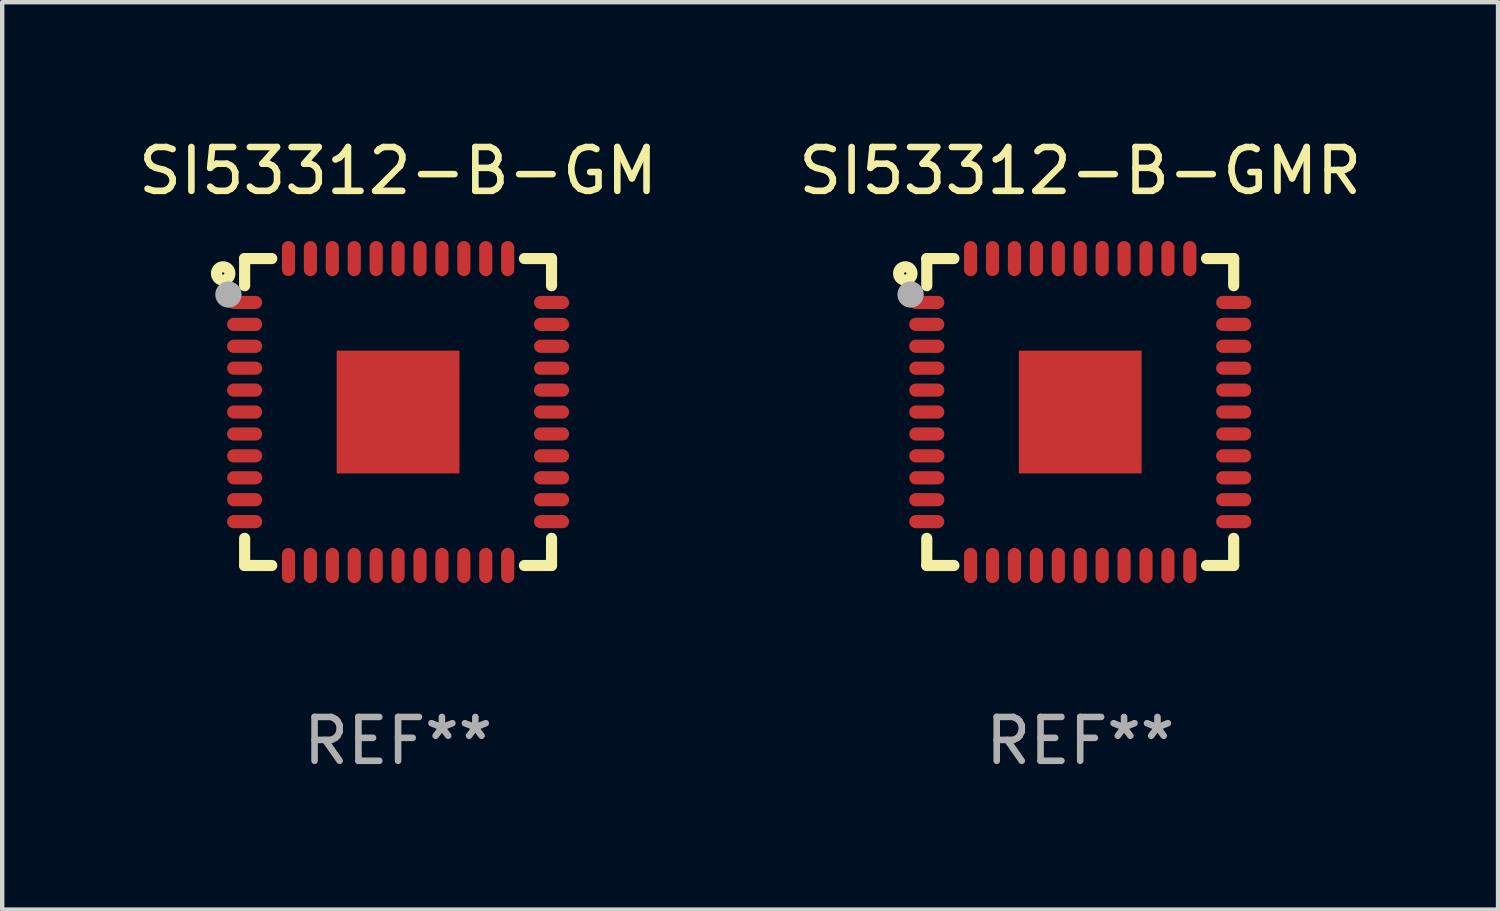
<source format=kicad_pcb>
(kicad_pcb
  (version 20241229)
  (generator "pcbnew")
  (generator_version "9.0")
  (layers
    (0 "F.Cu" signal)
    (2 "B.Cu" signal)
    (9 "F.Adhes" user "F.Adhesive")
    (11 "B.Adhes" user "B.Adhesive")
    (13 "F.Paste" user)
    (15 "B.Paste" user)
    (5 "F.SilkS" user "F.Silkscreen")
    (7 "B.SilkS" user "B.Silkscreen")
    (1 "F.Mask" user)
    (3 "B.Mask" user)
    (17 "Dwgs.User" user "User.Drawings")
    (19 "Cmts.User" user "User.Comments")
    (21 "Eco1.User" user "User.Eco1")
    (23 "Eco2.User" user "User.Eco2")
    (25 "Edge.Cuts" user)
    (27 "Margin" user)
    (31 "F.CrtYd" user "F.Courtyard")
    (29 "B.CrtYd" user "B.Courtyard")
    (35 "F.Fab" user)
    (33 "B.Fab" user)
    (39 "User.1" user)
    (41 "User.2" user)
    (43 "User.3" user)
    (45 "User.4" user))
  (footprint "SI53312-B-GMR"
    (layer "F.Cu")
    (at 21.589 6.348)
    (property "Reference" "SI53312-B-GMR" (at 0 -5.5 0) (layer "F.SilkS") (effects (font (size 1 1) (thickness 0.15))))
    (attr through_hole)
    (fp_line (start -3.5 -3.5) (end -2.881 -3.5) (stroke (width 0.254) (type solid)) (layer "F.SilkS"))
    (fp_line (start -3.5 -2.881) (end -3.5 -3.5) (stroke (width 0.254) (type solid)) (layer "F.SilkS"))
    (fp_line (start -3.5 3.5) (end -3.5 2.881) (stroke (width 0.254) (type solid)) (layer "F.SilkS"))
    (fp_line (start -2.881 3.5) (end -3.5 3.5) (stroke (width 0.254) (type solid)) (layer "F.SilkS"))
    (fp_line (start 2.881 -3.5) (end 3.5 -3.5) (stroke (width 0.254) (type solid)) (layer "F.SilkS"))
    (fp_line (start 3.5 -3.5) (end 3.5 -2.881) (stroke (width 0.254) (type solid)) (layer "F.SilkS"))
    (fp_line (start 3.5 2.881) (end 3.5 3.5) (stroke (width 0.254) (type solid)) (layer "F.SilkS"))
    (fp_line (start 3.5 3.5) (end 2.881 3.5) (stroke (width 0.254) (type solid)) (layer "F.SilkS"))
    (fp_circle (center -3.99 -3.16) (end -3.837 -3.16) (stroke (width 0.254) (type solid)) (fill no) (layer "F.SilkS"))
    (fp_circle (center -3.5 -3.5) (end -3.47 -3.5) (stroke (width 0.06) (type solid)) (fill no) (layer "F.SilkS"))
    (fp_circle (center -3.87 -2.68) (end -3.72 -2.68) (stroke (width 0.3) (type solid)) (fill no) (layer "F.Fab"))
    (fp_text user "REF**" (at 0 7.5 0) (layer "F.Fab") (effects (font (size 1 1) (thickness 0.15))))
    (pad "1" smd oval (at -3.5 -2.5) (size 0.8 0.3) (layers "F.Cu" "F.Mask" "F.Paste"))
    (pad "2" smd oval (at -3.5 -2) (size 0.8 0.3) (layers "F.Cu" "F.Mask" "F.Paste"))
    (pad "3" smd oval (at -3.5 -1.5) (size 0.8 0.3) (layers "F.Cu" "F.Mask" "F.Paste"))
    (pad "4" smd oval (at -3.5 -1) (size 0.8 0.3) (layers "F.Cu" "F.Mask" "F.Paste"))
    (pad "5" smd oval (at -3.5 -0.5) (size 0.8 0.3) (layers "F.Cu" "F.Mask" "F.Paste"))
    (pad "6" smd oval (at -3.5 -0.00014) (size 0.8 0.3) (layers "F.Cu" "F.Mask" "F.Paste"))
    (pad "7" smd oval (at -3.5 0.5) (size 0.8 0.3) (layers "F.Cu" "F.Mask" "F.Paste"))
    (pad "8" smd oval (at -3.5 1) (size 0.8 0.3) (layers "F.Cu" "F.Mask" "F.Paste"))
    (pad "9" smd oval (at -3.5 1.5) (size 0.8 0.3) (layers "F.Cu" "F.Mask" "F.Paste"))
    (pad "10" smd oval (at -3.5 2) (size 0.8 0.3) (layers "F.Cu" "F.Mask" "F.Paste"))
    (pad "11" smd oval (at -3.5 2.5) (size 0.8 0.3) (layers "F.Cu" "F.Mask" "F.Paste"))
    (pad "12" smd oval (at -2.5 3.5) (size 0.3 0.8) (layers "F.Cu" "F.Mask" "F.Paste"))
    (pad "13" smd oval (at -2 3.5) (size 0.3 0.8) (layers "F.Cu" "F.Mask" "F.Paste"))
    (pad "14" smd oval (at -1.5 3.5) (size 0.3 0.8) (layers "F.Cu" "F.Mask" "F.Paste"))
    (pad "15" smd oval (at -1 3.5) (size 0.3 0.8) (layers "F.Cu" "F.Mask" "F.Paste"))
    (pad "16" smd oval (at -0.5 3.5) (size 0.3 0.8) (layers "F.Cu" "F.Mask" "F.Paste"))
    (pad "17" smd oval (at -0.000127 3.5) (size 0.3 0.8) (layers "F.Cu" "F.Mask" "F.Paste"))
    (pad "18" smd oval (at 0.5 3.5) (size 0.3 0.8) (layers "F.Cu" "F.Mask" "F.Paste"))
    (pad "19" smd oval (at 1 3.5) (size 0.3 0.8) (layers "F.Cu" "F.Mask" "F.Paste"))
    (pad "20" smd oval (at 1.5 3.5) (size 0.3 0.8) (layers "F.Cu" "F.Mask" "F.Paste"))
    (pad "21" smd oval (at 2 3.5) (size 0.3 0.8) (layers "F.Cu" "F.Mask" "F.Paste"))
    (pad "22" smd oval (at 2.5 3.5) (size 0.3 0.8) (layers "F.Cu" "F.Mask" "F.Paste"))
    (pad "23" smd oval (at 3.5 2.5) (size 0.8 0.3) (layers "F.Cu" "F.Mask" "F.Paste"))
    (pad "24" smd oval (at 3.5 2) (size 0.8 0.3) (layers "F.Cu" "F.Mask" "F.Paste"))
    (pad "25" smd oval (at 3.5 1.5) (size 0.8 0.3) (layers "F.Cu" "F.Mask" "F.Paste"))
    (pad "26" smd oval (at 3.5 1) (size 0.8 0.3) (layers "F.Cu" "F.Mask" "F.Paste"))
    (pad "27" smd oval (at 3.5 0.5) (size 0.8 0.3) (layers "F.Cu" "F.Mask" "F.Paste"))
    (pad "28" smd oval (at 3.5 -0.00014) (size 0.8 0.3) (layers "F.Cu" "F.Mask" "F.Paste"))
    (pad "29" smd oval (at 3.5 -0.5) (size 0.8 0.3) (layers "F.Cu" "F.Mask" "F.Paste"))
    (pad "30" smd oval (at 3.5 -1) (size 0.8 0.3) (layers "F.Cu" "F.Mask" "F.Paste"))
    (pad "31" smd oval (at 3.5 -1.5) (size 0.8 0.3) (layers "F.Cu" "F.Mask" "F.Paste"))
    (pad "32" smd oval (at 3.5 -2) (size 0.8 0.3) (layers "F.Cu" "F.Mask" "F.Paste"))
    (pad "33" smd oval (at 3.5 -2.5) (size 0.8 0.3) (layers "F.Cu" "F.Mask" "F.Paste"))
    (pad "34" smd oval (at 2.5 -3.5) (size 0.3 0.8) (layers "F.Cu" "F.Mask" "F.Paste"))
    (pad "35" smd oval (at 2 -3.5) (size 0.3 0.8) (layers "F.Cu" "F.Mask" "F.Paste"))
    (pad "36" smd oval (at 1.5 -3.5) (size 0.3 0.8) (layers "F.Cu" "F.Mask" "F.Paste"))
    (pad "37" smd oval (at 1 -3.5) (size 0.3 0.8) (layers "F.Cu" "F.Mask" "F.Paste"))
    (pad "38" smd oval (at 0.5 -3.5) (size 0.3 0.8) (layers "F.Cu" "F.Mask" "F.Paste"))
    (pad "39" smd oval (at -0.000127 -3.5) (size 0.3 0.8) (layers "F.Cu" "F.Mask" "F.Paste"))
    (pad "40" smd oval (at -0.5 -3.5) (size 0.3 0.8) (layers "F.Cu" "F.Mask" "F.Paste"))
    (pad "41" smd oval (at -1 -3.5) (size 0.3 0.8) (layers "F.Cu" "F.Mask" "F.Paste"))
    (pad "42" smd oval (at -1.5 -3.5) (size 0.3 0.8) (layers "F.Cu" "F.Mask" "F.Paste"))
    (pad "43" smd oval (at -2 -3.5) (size 0.3 0.8) (layers "F.Cu" "F.Mask" "F.Paste"))
    (pad "44" smd oval (at -2.5 -3.5) (size 0.3 0.8) (layers "F.Cu" "F.Mask" "F.Paste"))
    (pad "45" smd rect (at -0.000127 -0.00014) (size 2.8 2.8) (layers "F.Cu" "F.Mask" "F.Paste")))
  (footprint "SI53312-B-GM"
    (layer "F.Cu")
    (at 6.03 6.348)
    (property "Reference" "SI53312-B-GM" (at 0 -5.5 0) (layer "F.SilkS") (effects (font (size 1 1) (thickness 0.15))))
    (attr through_hole)
    (fp_line (start -3.5 -3.5) (end -2.881 -3.5) (stroke (width 0.254) (type solid)) (layer "F.SilkS"))
    (fp_line (start -3.5 -2.881) (end -3.5 -3.5) (stroke (width 0.254) (type solid)) (layer "F.SilkS"))
    (fp_line (start -3.5 3.5) (end -3.5 2.881) (stroke (width 0.254) (type solid)) (layer "F.SilkS"))
    (fp_line (start -2.881 3.5) (end -3.5 3.5) (stroke (width 0.254) (type solid)) (layer "F.SilkS"))
    (fp_line (start 2.881 -3.5) (end 3.5 -3.5) (stroke (width 0.254) (type solid)) (layer "F.SilkS"))
    (fp_line (start 3.5 -3.5) (end 3.5 -2.881) (stroke (width 0.254) (type solid)) (layer "F.SilkS"))
    (fp_line (start 3.5 2.881) (end 3.5 3.5) (stroke (width 0.254) (type solid)) (layer "F.SilkS"))
    (fp_line (start 3.5 3.5) (end 2.881 3.5) (stroke (width 0.254) (type solid)) (layer "F.SilkS"))
    (fp_circle (center -3.99 -3.16) (end -3.837 -3.16) (stroke (width 0.254) (type solid)) (fill no) (layer "F.SilkS"))
    (fp_circle (center -3.5 -3.5) (end -3.47 -3.5) (stroke (width 0.06) (type solid)) (fill no) (layer "F.SilkS"))
    (fp_circle (center -3.87 -2.68) (end -3.72 -2.68) (stroke (width 0.3) (type solid)) (fill no) (layer "F.Fab"))
    (fp_text user "REF**" (at 0 7.5 0) (layer "F.Fab") (effects (font (size 1 1) (thickness 0.15))))
    (pad "1" smd oval (at -3.5 -2.5) (size 0.8 0.3) (layers "F.Cu" "F.Mask" "F.Paste"))
    (pad "2" smd oval (at -3.5 -2) (size 0.8 0.3) (layers "F.Cu" "F.Mask" "F.Paste"))
    (pad "3" smd oval (at -3.5 -1.5) (size 0.8 0.3) (layers "F.Cu" "F.Mask" "F.Paste"))
    (pad "4" smd oval (at -3.5 -1) (size 0.8 0.3) (layers "F.Cu" "F.Mask" "F.Paste"))
    (pad "5" smd oval (at -3.5 -0.5) (size 0.8 0.3) (layers "F.Cu" "F.Mask" "F.Paste"))
    (pad "6" smd oval (at -3.5 -0.00014) (size 0.8 0.3) (layers "F.Cu" "F.Mask" "F.Paste"))
    (pad "7" smd oval (at -3.5 0.5) (size 0.8 0.3) (layers "F.Cu" "F.Mask" "F.Paste"))
    (pad "8" smd oval (at -3.5 1) (size 0.8 0.3) (layers "F.Cu" "F.Mask" "F.Paste"))
    (pad "9" smd oval (at -3.5 1.5) (size 0.8 0.3) (layers "F.Cu" "F.Mask" "F.Paste"))
    (pad "10" smd oval (at -3.5 2) (size 0.8 0.3) (layers "F.Cu" "F.Mask" "F.Paste"))
    (pad "11" smd oval (at -3.5 2.5) (size 0.8 0.3) (layers "F.Cu" "F.Mask" "F.Paste"))
    (pad "12" smd oval (at -2.5 3.5) (size 0.3 0.8) (layers "F.Cu" "F.Mask" "F.Paste"))
    (pad "13" smd oval (at -2 3.5) (size 0.3 0.8) (layers "F.Cu" "F.Mask" "F.Paste"))
    (pad "14" smd oval (at -1.5 3.5) (size 0.3 0.8) (layers "F.Cu" "F.Mask" "F.Paste"))
    (pad "15" smd oval (at -1 3.5) (size 0.3 0.8) (layers "F.Cu" "F.Mask" "F.Paste"))
    (pad "16" smd oval (at -0.5 3.5) (size 0.3 0.8) (layers "F.Cu" "F.Mask" "F.Paste"))
    (pad "17" smd oval (at -0.000127 3.5) (size 0.3 0.8) (layers "F.Cu" "F.Mask" "F.Paste"))
    (pad "18" smd oval (at 0.5 3.5) (size 0.3 0.8) (layers "F.Cu" "F.Mask" "F.Paste"))
    (pad "19" smd oval (at 1 3.5) (size 0.3 0.8) (layers "F.Cu" "F.Mask" "F.Paste"))
    (pad "20" smd oval (at 1.5 3.5) (size 0.3 0.8) (layers "F.Cu" "F.Mask" "F.Paste"))
    (pad "21" smd oval (at 2 3.5) (size 0.3 0.8) (layers "F.Cu" "F.Mask" "F.Paste"))
    (pad "22" smd oval (at 2.5 3.5) (size 0.3 0.8) (layers "F.Cu" "F.Mask" "F.Paste"))
    (pad "23" smd oval (at 3.5 2.5) (size 0.8 0.3) (layers "F.Cu" "F.Mask" "F.Paste"))
    (pad "24" smd oval (at 3.5 2) (size 0.8 0.3) (layers "F.Cu" "F.Mask" "F.Paste"))
    (pad "25" smd oval (at 3.5 1.5) (size 0.8 0.3) (layers "F.Cu" "F.Mask" "F.Paste"))
    (pad "26" smd oval (at 3.5 1) (size 0.8 0.3) (layers "F.Cu" "F.Mask" "F.Paste"))
    (pad "27" smd oval (at 3.5 0.5) (size 0.8 0.3) (layers "F.Cu" "F.Mask" "F.Paste"))
    (pad "28" smd oval (at 3.5 -0.00014) (size 0.8 0.3) (layers "F.Cu" "F.Mask" "F.Paste"))
    (pad "29" smd oval (at 3.5 -0.5) (size 0.8 0.3) (layers "F.Cu" "F.Mask" "F.Paste"))
    (pad "30" smd oval (at 3.5 -1) (size 0.8 0.3) (layers "F.Cu" "F.Mask" "F.Paste"))
    (pad "31" smd oval (at 3.5 -1.5) (size 0.8 0.3) (layers "F.Cu" "F.Mask" "F.Paste"))
    (pad "32" smd oval (at 3.5 -2) (size 0.8 0.3) (layers "F.Cu" "F.Mask" "F.Paste"))
    (pad "33" smd oval (at 3.5 -2.5) (size 0.8 0.3) (layers "F.Cu" "F.Mask" "F.Paste"))
    (pad "34" smd oval (at 2.5 -3.5) (size 0.3 0.8) (layers "F.Cu" "F.Mask" "F.Paste"))
    (pad "35" smd oval (at 2 -3.5) (size 0.3 0.8) (layers "F.Cu" "F.Mask" "F.Paste"))
    (pad "36" smd oval (at 1.5 -3.5) (size 0.3 0.8) (layers "F.Cu" "F.Mask" "F.Paste"))
    (pad "37" smd oval (at 1 -3.5) (size 0.3 0.8) (layers "F.Cu" "F.Mask" "F.Paste"))
    (pad "38" smd oval (at 0.5 -3.5) (size 0.3 0.8) (layers "F.Cu" "F.Mask" "F.Paste"))
    (pad "39" smd oval (at -0.000127 -3.5) (size 0.3 0.8) (layers "F.Cu" "F.Mask" "F.Paste"))
    (pad "40" smd oval (at -0.5 -3.5) (size 0.3 0.8) (layers "F.Cu" "F.Mask" "F.Paste"))
    (pad "41" smd oval (at -1 -3.5) (size 0.3 0.8) (layers "F.Cu" "F.Mask" "F.Paste"))
    (pad "42" smd oval (at -1.5 -3.5) (size 0.3 0.8) (layers "F.Cu" "F.Mask" "F.Paste"))
    (pad "43" smd oval (at -2 -3.5) (size 0.3 0.8) (layers "F.Cu" "F.Mask" "F.Paste"))
    (pad "44" smd oval (at -2.5 -3.5) (size 0.3 0.8) (layers "F.Cu" "F.Mask" "F.Paste"))
    (pad "45" smd rect (at -0.000127 -0.00014) (size 2.8 2.8) (layers "F.Cu" "F.Mask" "F.Paste")))
  (gr_rect
    (start -3 -3)
    (end 31.119 17.697)
    (stroke (width 0.1) (type default))
    (fill no)
    (layer "Edge.Cuts")))
</source>
